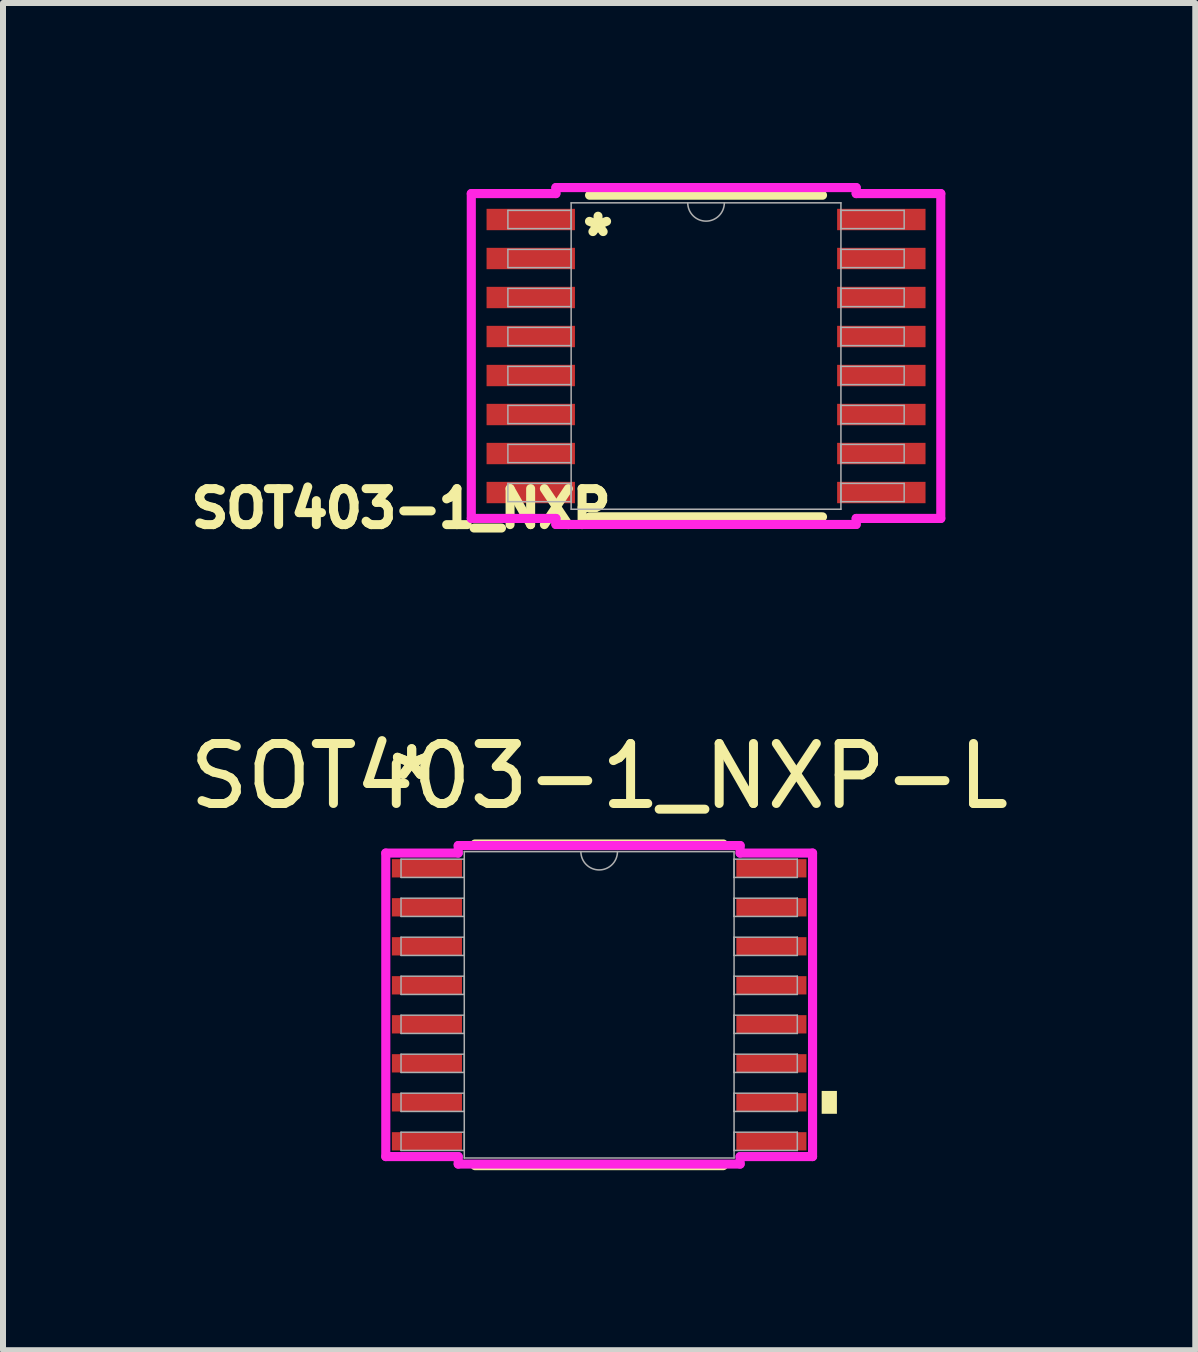
<source format=kicad_pcb>
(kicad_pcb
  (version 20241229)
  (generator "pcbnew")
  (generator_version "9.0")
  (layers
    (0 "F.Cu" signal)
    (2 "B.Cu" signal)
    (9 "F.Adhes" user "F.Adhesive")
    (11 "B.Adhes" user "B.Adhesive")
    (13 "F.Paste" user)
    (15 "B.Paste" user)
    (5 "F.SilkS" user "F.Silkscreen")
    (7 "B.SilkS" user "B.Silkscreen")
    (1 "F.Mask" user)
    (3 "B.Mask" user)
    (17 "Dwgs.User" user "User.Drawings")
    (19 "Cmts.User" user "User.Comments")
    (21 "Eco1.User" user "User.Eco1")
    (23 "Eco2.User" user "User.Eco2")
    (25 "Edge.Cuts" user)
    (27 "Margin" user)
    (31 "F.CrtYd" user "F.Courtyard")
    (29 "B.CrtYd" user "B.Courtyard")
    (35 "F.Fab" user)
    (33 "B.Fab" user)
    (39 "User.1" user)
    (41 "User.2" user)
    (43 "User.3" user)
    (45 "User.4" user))
  (footprint "SOT403-1_NXP"
    (layer "F.Cu")
    (at 8.716 2.883)
    (property "Reference" "SOT403-1_NXP" (at -5.08 2.54 0) (unlocked yes) (layer "F.SilkS") (effects (font (size 0.6 0.6) (thickness 0.15))))
    (attr smd)
    (fp_line (start -1.941 2.68) (end 1.941 2.68) (stroke (width 0.152) (type solid)) (layer "F.SilkS"))
    (fp_line (start 1.941 -2.68) (end -1.941 -2.68) (stroke (width 0.152) (type solid)) (layer "F.SilkS"))
    (fp_line (start -3.912 -2.707) (end -2.502 -2.707) (stroke (width 0.152) (type solid)) (layer "F.CrtYd"))
    (fp_line (start -3.912 2.707) (end -3.912 -2.707) (stroke (width 0.152) (type solid)) (layer "F.CrtYd"))
    (fp_line (start -3.912 2.707) (end -2.502 2.707) (stroke (width 0.152) (type solid)) (layer "F.CrtYd"))
    (fp_line (start -2.502 -2.807) (end 2.502 -2.807) (stroke (width 0.152) (type solid)) (layer "F.CrtYd"))
    (fp_line (start -2.502 -2.707) (end -2.502 -2.807) (stroke (width 0.152) (type solid)) (layer "F.CrtYd"))
    (fp_line (start -2.502 2.807) (end -2.502 2.707) (stroke (width 0.152) (type solid)) (layer "F.CrtYd"))
    (fp_line (start 2.502 -2.807) (end 2.502 -2.707) (stroke (width 0.152) (type solid)) (layer "F.CrtYd"))
    (fp_line (start 2.502 2.707) (end 2.502 2.807) (stroke (width 0.152) (type solid)) (layer "F.CrtYd"))
    (fp_line (start 2.502 2.807) (end -2.502 2.807) (stroke (width 0.152) (type solid)) (layer "F.CrtYd"))
    (fp_line (start 3.912 -2.707) (end 2.502 -2.707) (stroke (width 0.152) (type solid)) (layer "F.CrtYd"))
    (fp_line (start 3.912 -2.707) (end 3.912 2.707) (stroke (width 0.152) (type solid)) (layer "F.CrtYd"))
    (fp_line (start 3.912 2.707) (end 2.502 2.707) (stroke (width 0.152) (type solid)) (layer "F.CrtYd"))
    (fp_line (start -3.302 -2.427) (end -3.302 -2.123) (stroke (width 0.025) (type solid)) (layer "F.Fab"))
    (fp_line (start -3.302 -2.123) (end -2.248 -2.123) (stroke (width 0.025) (type solid)) (layer "F.Fab"))
    (fp_line (start -3.302 -1.777) (end -3.302 -1.473) (stroke (width 0.025) (type solid)) (layer "F.Fab"))
    (fp_line (start -3.302 -1.473) (end -2.248 -1.473) (stroke (width 0.025) (type solid)) (layer "F.Fab"))
    (fp_line (start -3.302 -1.127) (end -3.302 -0.823) (stroke (width 0.025) (type solid)) (layer "F.Fab"))
    (fp_line (start -3.302 -0.823) (end -2.248 -0.823) (stroke (width 0.025) (type solid)) (layer "F.Fab"))
    (fp_line (start -3.302 -0.477) (end -3.302 -0.173) (stroke (width 0.025) (type solid)) (layer "F.Fab"))
    (fp_line (start -3.302 -0.173) (end -2.248 -0.173) (stroke (width 0.025) (type solid)) (layer "F.Fab"))
    (fp_line (start -3.302 0.173) (end -3.302 0.477) (stroke (width 0.025) (type solid)) (layer "F.Fab"))
    (fp_line (start -3.302 0.477) (end -2.248 0.477) (stroke (width 0.025) (type solid)) (layer "F.Fab"))
    (fp_line (start -3.302 0.823) (end -3.302 1.127) (stroke (width 0.025) (type solid)) (layer "F.Fab"))
    (fp_line (start -3.302 1.127) (end -2.248 1.127) (stroke (width 0.025) (type solid)) (layer "F.Fab"))
    (fp_line (start -3.302 1.473) (end -3.302 1.777) (stroke (width 0.025) (type solid)) (layer "F.Fab"))
    (fp_line (start -3.302 1.777) (end -2.248 1.777) (stroke (width 0.025) (type solid)) (layer "F.Fab"))
    (fp_line (start -3.302 2.123) (end -3.302 2.427) (stroke (width 0.025) (type solid)) (layer "F.Fab"))
    (fp_line (start -3.302 2.427) (end -2.248 2.427) (stroke (width 0.025) (type solid)) (layer "F.Fab"))
    (fp_line (start -2.248 -2.553) (end -2.248 2.553) (stroke (width 0.025) (type solid)) (layer "F.Fab"))
    (fp_line (start -2.248 -2.427) (end -3.302 -2.427) (stroke (width 0.025) (type solid)) (layer "F.Fab"))
    (fp_line (start -2.248 -2.123) (end -2.248 -2.427) (stroke (width 0.025) (type solid)) (layer "F.Fab"))
    (fp_line (start -2.248 -1.777) (end -3.302 -1.777) (stroke (width 0.025) (type solid)) (layer "F.Fab"))
    (fp_line (start -2.248 -1.473) (end -2.248 -1.777) (stroke (width 0.025) (type solid)) (layer "F.Fab"))
    (fp_line (start -2.248 -1.127) (end -3.302 -1.127) (stroke (width 0.025) (type solid)) (layer "F.Fab"))
    (fp_line (start -2.248 -0.823) (end -2.248 -1.127) (stroke (width 0.025) (type solid)) (layer "F.Fab"))
    (fp_line (start -2.248 -0.477) (end -3.302 -0.477) (stroke (width 0.025) (type solid)) (layer "F.Fab"))
    (fp_line (start -2.248 -0.173) (end -2.248 -0.477) (stroke (width 0.025) (type solid)) (layer "F.Fab"))
    (fp_line (start -2.248 0.173) (end -3.302 0.173) (stroke (width 0.025) (type solid)) (layer "F.Fab"))
    (fp_line (start -2.248 0.477) (end -2.248 0.173) (stroke (width 0.025) (type solid)) (layer "F.Fab"))
    (fp_line (start -2.248 0.823) (end -3.302 0.823) (stroke (width 0.025) (type solid)) (layer "F.Fab"))
    (fp_line (start -2.248 1.127) (end -2.248 0.823) (stroke (width 0.025) (type solid)) (layer "F.Fab"))
    (fp_line (start -2.248 1.473) (end -3.302 1.473) (stroke (width 0.025) (type solid)) (layer "F.Fab"))
    (fp_line (start -2.248 1.777) (end -2.248 1.473) (stroke (width 0.025) (type solid)) (layer "F.Fab"))
    (fp_line (start -2.248 2.123) (end -3.302 2.123) (stroke (width 0.025) (type solid)) (layer "F.Fab"))
    (fp_line (start -2.248 2.427) (end -2.248 2.123) (stroke (width 0.025) (type solid)) (layer "F.Fab"))
    (fp_line (start -2.248 2.553) (end 2.248 2.553) (stroke (width 0.025) (type solid)) (layer "F.Fab"))
    (fp_line (start 2.248 -2.553) (end -2.248 -2.553) (stroke (width 0.025) (type solid)) (layer "F.Fab"))
    (fp_line (start 2.248 -2.427) (end 2.248 -2.123) (stroke (width 0.025) (type solid)) (layer "F.Fab"))
    (fp_line (start 2.248 -2.123) (end 3.302 -2.123) (stroke (width 0.025) (type solid)) (layer "F.Fab"))
    (fp_line (start 2.248 -1.777) (end 2.248 -1.473) (stroke (width 0.025) (type solid)) (layer "F.Fab"))
    (fp_line (start 2.248 -1.473) (end 3.302 -1.473) (stroke (width 0.025) (type solid)) (layer "F.Fab"))
    (fp_line (start 2.248 -1.127) (end 2.248 -0.823) (stroke (width 0.025) (type solid)) (layer "F.Fab"))
    (fp_line (start 2.248 -0.823) (end 3.302 -0.823) (stroke (width 0.025) (type solid)) (layer "F.Fab"))
    (fp_line (start 2.248 -0.477) (end 2.248 -0.173) (stroke (width 0.025) (type solid)) (layer "F.Fab"))
    (fp_line (start 2.248 -0.173) (end 3.302 -0.173) (stroke (width 0.025) (type solid)) (layer "F.Fab"))
    (fp_line (start 2.248 0.173) (end 2.248 0.477) (stroke (width 0.025) (type solid)) (layer "F.Fab"))
    (fp_line (start 2.248 0.477) (end 3.302 0.477) (stroke (width 0.025) (type solid)) (layer "F.Fab"))
    (fp_line (start 2.248 0.823) (end 2.248 1.127) (stroke (width 0.025) (type solid)) (layer "F.Fab"))
    (fp_line (start 2.248 1.127) (end 3.302 1.127) (stroke (width 0.025) (type solid)) (layer "F.Fab"))
    (fp_line (start 2.248 1.473) (end 2.248 1.777) (stroke (width 0.025) (type solid)) (layer "F.Fab"))
    (fp_line (start 2.248 1.777) (end 3.302 1.777) (stroke (width 0.025) (type solid)) (layer "F.Fab"))
    (fp_line (start 2.248 2.123) (end 2.248 2.427) (stroke (width 0.025) (type solid)) (layer "F.Fab"))
    (fp_line (start 2.248 2.427) (end 3.302 2.427) (stroke (width 0.025) (type solid)) (layer "F.Fab"))
    (fp_line (start 2.248 2.553) (end 2.248 -2.553) (stroke (width 0.025) (type solid)) (layer "F.Fab"))
    (fp_line (start 3.302 -2.427) (end 2.248 -2.427) (stroke (width 0.025) (type solid)) (layer "F.Fab"))
    (fp_line (start 3.302 -2.123) (end 3.302 -2.427) (stroke (width 0.025) (type solid)) (layer "F.Fab"))
    (fp_line (start 3.302 -1.777) (end 2.248 -1.777) (stroke (width 0.025) (type solid)) (layer "F.Fab"))
    (fp_line (start 3.302 -1.473) (end 3.302 -1.777) (stroke (width 0.025) (type solid)) (layer "F.Fab"))
    (fp_line (start 3.302 -1.127) (end 2.248 -1.127) (stroke (width 0.025) (type solid)) (layer "F.Fab"))
    (fp_line (start 3.302 -0.823) (end 3.302 -1.127) (stroke (width 0.025) (type solid)) (layer "F.Fab"))
    (fp_line (start 3.302 -0.477) (end 2.248 -0.477) (stroke (width 0.025) (type solid)) (layer "F.Fab"))
    (fp_line (start 3.302 -0.173) (end 3.302 -0.477) (stroke (width 0.025) (type solid)) (layer "F.Fab"))
    (fp_line (start 3.302 0.173) (end 2.248 0.173) (stroke (width 0.025) (type solid)) (layer "F.Fab"))
    (fp_line (start 3.302 0.477) (end 3.302 0.173) (stroke (width 0.025) (type solid)) (layer "F.Fab"))
    (fp_line (start 3.302 0.823) (end 2.248 0.823) (stroke (width 0.025) (type solid)) (layer "F.Fab"))
    (fp_line (start 3.302 1.127) (end 3.302 0.823) (stroke (width 0.025) (type solid)) (layer "F.Fab"))
    (fp_line (start 3.302 1.473) (end 2.248 1.473) (stroke (width 0.025) (type solid)) (layer "F.Fab"))
    (fp_line (start 3.302 1.777) (end 3.302 1.473) (stroke (width 0.025) (type solid)) (layer "F.Fab"))
    (fp_line (start 3.302 2.123) (end 2.248 2.123) (stroke (width 0.025) (type solid)) (layer "F.Fab"))
    (fp_line (start 3.302 2.427) (end 3.302 2.123) (stroke (width 0.025) (type solid)) (layer "F.Fab"))
    (fp_arc (start 0.3048 -2.5527) (mid 0 -2.2479) (end -0.3048 -2.5527) (stroke (width 0.0254) (type solid)) (layer "F.Fab"))
    (fp_text user "*" (at -1.8 -2 0) (layer "F.SilkS") (effects (font (size 0.6 0.6) (thickness 0.15))))
    (pad "1" smd rect (at -2.921 -2.275) (size 1.473 0.356) (layers "F.Cu" "F.Mask" "F.Paste"))
    (pad "2" smd rect (at -2.921 -1.625) (size 1.473 0.356) (layers "F.Cu" "F.Mask" "F.Paste"))
    (pad "3" smd rect (at -2.921 -0.975) (size 1.473 0.356) (layers "F.Cu" "F.Mask" "F.Paste"))
    (pad "4" smd rect (at -2.921 -0.325) (size 1.473 0.356) (layers "F.Cu" "F.Mask" "F.Paste"))
    (pad "5" smd rect (at -2.921 0.325) (size 1.473 0.356) (layers "F.Cu" "F.Mask" "F.Paste"))
    (pad "6" smd rect (at -2.921 0.975) (size 1.473 0.356) (layers "F.Cu" "F.Mask" "F.Paste"))
    (pad "7" smd rect (at -2.921 1.625) (size 1.473 0.356) (layers "F.Cu" "F.Mask" "F.Paste"))
    (pad "8" smd rect (at -2.921 2.275) (size 1.473 0.356) (layers "F.Cu" "F.Mask" "F.Paste"))
    (pad "9" smd rect (at 2.921 2.275) (size 1.473 0.356) (layers "F.Cu" "F.Mask" "F.Paste"))
    (pad "10" smd rect (at 2.921 1.625) (size 1.473 0.356) (layers "F.Cu" "F.Mask" "F.Paste"))
    (pad "11" smd rect (at 2.921 0.975) (size 1.473 0.356) (layers "F.Cu" "F.Mask" "F.Paste"))
    (pad "12" smd rect (at 2.921 0.325) (size 1.473 0.356) (layers "F.Cu" "F.Mask" "F.Paste"))
    (pad "13" smd rect (at 2.921 -0.325) (size 1.473 0.356) (layers "F.Cu" "F.Mask" "F.Paste"))
    (pad "14" smd rect (at 2.921 -0.975) (size 1.473 0.356) (layers "F.Cu" "F.Mask" "F.Paste"))
    (pad "15" smd rect (at 2.921 -1.625) (size 1.473 0.356) (layers "F.Cu" "F.Mask" "F.Paste"))
    (pad "16" smd rect (at 2.921 -2.275) (size 1.473 0.356) (layers "F.Cu" "F.Mask" "F.Paste")))
  (footprint "SOT403-1_NXP-L"
    (layer "F.Cu")
    (at 6.935 13.695)
    (property "Reference" "SOT403-1_NXP-L" (at 0 -3.81 0) (unlocked yes) (layer "F.SilkS") (effects (font (size 1 1) (thickness 0.15))))
    (attr smd)
    (fp_line (start -2.069 2.68) (end 2.069 2.68) (stroke (width 0.152) (type solid)) (layer "F.SilkS"))
    (fp_line (start 2.069 -2.68) (end -2.069 -2.68) (stroke (width 0.152) (type solid)) (layer "F.SilkS"))
    (fp_poly (pts (xy 3.962 1.435) (xy 3.962 1.816) (xy 3.708 1.816) (xy 3.708 1.435)) (stroke (width 0) (type solid)) (fill yes) (layer "F.SilkS"))
    (fp_line (start -3.556 -2.529) (end -2.349 -2.529) (stroke (width 0.152) (type solid)) (layer "F.CrtYd"))
    (fp_line (start -3.556 2.529) (end -3.556 -2.529) (stroke (width 0.152) (type solid)) (layer "F.CrtYd"))
    (fp_line (start -3.556 2.529) (end -2.349 2.529) (stroke (width 0.152) (type solid)) (layer "F.CrtYd"))
    (fp_line (start -2.349 -2.654) (end 2.349 -2.654) (stroke (width 0.152) (type solid)) (layer "F.CrtYd"))
    (fp_line (start -2.349 -2.529) (end -2.349 -2.654) (stroke (width 0.152) (type solid)) (layer "F.CrtYd"))
    (fp_line (start -2.349 2.654) (end -2.349 2.529) (stroke (width 0.152) (type solid)) (layer "F.CrtYd"))
    (fp_line (start 2.349 -2.654) (end 2.349 -2.529) (stroke (width 0.152) (type solid)) (layer "F.CrtYd"))
    (fp_line (start 2.349 2.529) (end 2.349 2.654) (stroke (width 0.152) (type solid)) (layer "F.CrtYd"))
    (fp_line (start 2.349 2.654) (end -2.349 2.654) (stroke (width 0.152) (type solid)) (layer "F.CrtYd"))
    (fp_line (start 3.556 -2.529) (end 2.349 -2.529) (stroke (width 0.152) (type solid)) (layer "F.CrtYd"))
    (fp_line (start 3.556 -2.529) (end 3.556 2.529) (stroke (width 0.152) (type solid)) (layer "F.CrtYd"))
    (fp_line (start 3.556 2.529) (end 2.349 2.529) (stroke (width 0.152) (type solid)) (layer "F.CrtYd"))
    (fp_line (start -3.302 -2.427) (end -3.302 -2.123) (stroke (width 0.025) (type solid)) (layer "F.Fab"))
    (fp_line (start -3.302 -2.123) (end -2.248 -2.123) (stroke (width 0.025) (type solid)) (layer "F.Fab"))
    (fp_line (start -3.302 -1.777) (end -3.302 -1.473) (stroke (width 0.025) (type solid)) (layer "F.Fab"))
    (fp_line (start -3.302 -1.473) (end -2.248 -1.473) (stroke (width 0.025) (type solid)) (layer "F.Fab"))
    (fp_line (start -3.302 -1.127) (end -3.302 -0.823) (stroke (width 0.025) (type solid)) (layer "F.Fab"))
    (fp_line (start -3.302 -0.823) (end -2.248 -0.823) (stroke (width 0.025) (type solid)) (layer "F.Fab"))
    (fp_line (start -3.302 -0.477) (end -3.302 -0.173) (stroke (width 0.025) (type solid)) (layer "F.Fab"))
    (fp_line (start -3.302 -0.173) (end -2.248 -0.173) (stroke (width 0.025) (type solid)) (layer "F.Fab"))
    (fp_line (start -3.302 0.173) (end -3.302 0.477) (stroke (width 0.025) (type solid)) (layer "F.Fab"))
    (fp_line (start -3.302 0.477) (end -2.248 0.477) (stroke (width 0.025) (type solid)) (layer "F.Fab"))
    (fp_line (start -3.302 0.823) (end -3.302 1.127) (stroke (width 0.025) (type solid)) (layer "F.Fab"))
    (fp_line (start -3.302 1.127) (end -2.248 1.127) (stroke (width 0.025) (type solid)) (layer "F.Fab"))
    (fp_line (start -3.302 1.473) (end -3.302 1.777) (stroke (width 0.025) (type solid)) (layer "F.Fab"))
    (fp_line (start -3.302 1.777) (end -2.248 1.777) (stroke (width 0.025) (type solid)) (layer "F.Fab"))
    (fp_line (start -3.302 2.123) (end -3.302 2.427) (stroke (width 0.025) (type solid)) (layer "F.Fab"))
    (fp_line (start -3.302 2.427) (end -2.248 2.427) (stroke (width 0.025) (type solid)) (layer "F.Fab"))
    (fp_line (start -2.248 -2.553) (end -2.248 2.553) (stroke (width 0.025) (type solid)) (layer "F.Fab"))
    (fp_line (start -2.248 -2.427) (end -3.302 -2.427) (stroke (width 0.025) (type solid)) (layer "F.Fab"))
    (fp_line (start -2.248 -2.123) (end -2.248 -2.427) (stroke (width 0.025) (type solid)) (layer "F.Fab"))
    (fp_line (start -2.248 -1.777) (end -3.302 -1.777) (stroke (width 0.025) (type solid)) (layer "F.Fab"))
    (fp_line (start -2.248 -1.473) (end -2.248 -1.777) (stroke (width 0.025) (type solid)) (layer "F.Fab"))
    (fp_line (start -2.248 -1.127) (end -3.302 -1.127) (stroke (width 0.025) (type solid)) (layer "F.Fab"))
    (fp_line (start -2.248 -0.823) (end -2.248 -1.127) (stroke (width 0.025) (type solid)) (layer "F.Fab"))
    (fp_line (start -2.248 -0.477) (end -3.302 -0.477) (stroke (width 0.025) (type solid)) (layer "F.Fab"))
    (fp_line (start -2.248 -0.173) (end -2.248 -0.477) (stroke (width 0.025) (type solid)) (layer "F.Fab"))
    (fp_line (start -2.248 0.173) (end -3.302 0.173) (stroke (width 0.025) (type solid)) (layer "F.Fab"))
    (fp_line (start -2.248 0.477) (end -2.248 0.173) (stroke (width 0.025) (type solid)) (layer "F.Fab"))
    (fp_line (start -2.248 0.823) (end -3.302 0.823) (stroke (width 0.025) (type solid)) (layer "F.Fab"))
    (fp_line (start -2.248 1.127) (end -2.248 0.823) (stroke (width 0.025) (type solid)) (layer "F.Fab"))
    (fp_line (start -2.248 1.473) (end -3.302 1.473) (stroke (width 0.025) (type solid)) (layer "F.Fab"))
    (fp_line (start -2.248 1.777) (end -2.248 1.473) (stroke (width 0.025) (type solid)) (layer "F.Fab"))
    (fp_line (start -2.248 2.123) (end -3.302 2.123) (stroke (width 0.025) (type solid)) (layer "F.Fab"))
    (fp_line (start -2.248 2.427) (end -2.248 2.123) (stroke (width 0.025) (type solid)) (layer "F.Fab"))
    (fp_line (start -2.248 2.553) (end 2.248 2.553) (stroke (width 0.025) (type solid)) (layer "F.Fab"))
    (fp_line (start 2.248 -2.553) (end -2.248 -2.553) (stroke (width 0.025) (type solid)) (layer "F.Fab"))
    (fp_line (start 2.248 -2.427) (end 2.248 -2.123) (stroke (width 0.025) (type solid)) (layer "F.Fab"))
    (fp_line (start 2.248 -2.123) (end 3.302 -2.123) (stroke (width 0.025) (type solid)) (layer "F.Fab"))
    (fp_line (start 2.248 -1.777) (end 2.248 -1.473) (stroke (width 0.025) (type solid)) (layer "F.Fab"))
    (fp_line (start 2.248 -1.473) (end 3.302 -1.473) (stroke (width 0.025) (type solid)) (layer "F.Fab"))
    (fp_line (start 2.248 -1.127) (end 2.248 -0.823) (stroke (width 0.025) (type solid)) (layer "F.Fab"))
    (fp_line (start 2.248 -0.823) (end 3.302 -0.823) (stroke (width 0.025) (type solid)) (layer "F.Fab"))
    (fp_line (start 2.248 -0.477) (end 2.248 -0.173) (stroke (width 0.025) (type solid)) (layer "F.Fab"))
    (fp_line (start 2.248 -0.173) (end 3.302 -0.173) (stroke (width 0.025) (type solid)) (layer "F.Fab"))
    (fp_line (start 2.248 0.173) (end 2.248 0.477) (stroke (width 0.025) (type solid)) (layer "F.Fab"))
    (fp_line (start 2.248 0.477) (end 3.302 0.477) (stroke (width 0.025) (type solid)) (layer "F.Fab"))
    (fp_line (start 2.248 0.823) (end 2.248 1.127) (stroke (width 0.025) (type solid)) (layer "F.Fab"))
    (fp_line (start 2.248 1.127) (end 3.302 1.127) (stroke (width 0.025) (type solid)) (layer "F.Fab"))
    (fp_line (start 2.248 1.473) (end 2.248 1.777) (stroke (width 0.025) (type solid)) (layer "F.Fab"))
    (fp_line (start 2.248 1.777) (end 3.302 1.777) (stroke (width 0.025) (type solid)) (layer "F.Fab"))
    (fp_line (start 2.248 2.123) (end 2.248 2.427) (stroke (width 0.025) (type solid)) (layer "F.Fab"))
    (fp_line (start 2.248 2.427) (end 3.302 2.427) (stroke (width 0.025) (type solid)) (layer "F.Fab"))
    (fp_line (start 2.248 2.553) (end 2.248 -2.553) (stroke (width 0.025) (type solid)) (layer "F.Fab"))
    (fp_line (start 3.302 -2.427) (end 2.248 -2.427) (stroke (width 0.025) (type solid)) (layer "F.Fab"))
    (fp_line (start 3.302 -2.123) (end 3.302 -2.427) (stroke (width 0.025) (type solid)) (layer "F.Fab"))
    (fp_line (start 3.302 -1.777) (end 2.248 -1.777) (stroke (width 0.025) (type solid)) (layer "F.Fab"))
    (fp_line (start 3.302 -1.473) (end 3.302 -1.777) (stroke (width 0.025) (type solid)) (layer "F.Fab"))
    (fp_line (start 3.302 -1.127) (end 2.248 -1.127) (stroke (width 0.025) (type solid)) (layer "F.Fab"))
    (fp_line (start 3.302 -0.823) (end 3.302 -1.127) (stroke (width 0.025) (type solid)) (layer "F.Fab"))
    (fp_line (start 3.302 -0.477) (end 2.248 -0.477) (stroke (width 0.025) (type solid)) (layer "F.Fab"))
    (fp_line (start 3.302 -0.173) (end 3.302 -0.477) (stroke (width 0.025) (type solid)) (layer "F.Fab"))
    (fp_line (start 3.302 0.173) (end 2.248 0.173) (stroke (width 0.025) (type solid)) (layer "F.Fab"))
    (fp_line (start 3.302 0.477) (end 3.302 0.173) (stroke (width 0.025) (type solid)) (layer "F.Fab"))
    (fp_line (start 3.302 0.823) (end 2.248 0.823) (stroke (width 0.025) (type solid)) (layer "F.Fab"))
    (fp_line (start 3.302 1.127) (end 3.302 0.823) (stroke (width 0.025) (type solid)) (layer "F.Fab"))
    (fp_line (start 3.302 1.473) (end 2.248 1.473) (stroke (width 0.025) (type solid)) (layer "F.Fab"))
    (fp_line (start 3.302 1.777) (end 3.302 1.473) (stroke (width 0.025) (type solid)) (layer "F.Fab"))
    (fp_line (start 3.302 2.123) (end 2.248 2.123) (stroke (width 0.025) (type solid)) (layer "F.Fab"))
    (fp_line (start 3.302 2.427) (end 3.302 2.123) (stroke (width 0.025) (type solid)) (layer "F.Fab"))
    (fp_arc (start 0.3048 -2.5527) (mid 0 -2.2479) (end -0.3048 -2.5527) (stroke (width 0.0254) (type solid)) (layer "F.Fab"))
    (fp_text user "*" (at -3.124 -3.723 0) (layer "F.SilkS") (effects (font (size 1 1) (thickness 0.15))))
    (fp_text user "*" (at -3.124 -3.723 0) (unlocked yes) (layer "F.SilkS") (effects (font (size 1 1) (thickness 0.15))))
    (pad "1" smd rect (at -2.87 -2.275) (size 1.168 0.305) (layers "F.Cu" "F.Mask" "F.Paste"))
    (pad "2" smd rect (at -2.87 -1.625) (size 1.168 0.305) (layers "F.Cu" "F.Mask" "F.Paste"))
    (pad "3" smd rect (at -2.87 -0.975) (size 1.168 0.305) (layers "F.Cu" "F.Mask" "F.Paste"))
    (pad "4" smd rect (at -2.87 -0.325) (size 1.168 0.305) (layers "F.Cu" "F.Mask" "F.Paste"))
    (pad "5" smd rect (at -2.87 0.325) (size 1.168 0.305) (layers "F.Cu" "F.Mask" "F.Paste"))
    (pad "6" smd rect (at -2.87 0.975) (size 1.168 0.305) (layers "F.Cu" "F.Mask" "F.Paste"))
    (pad "7" smd rect (at -2.87 1.625) (size 1.168 0.305) (layers "F.Cu" "F.Mask" "F.Paste"))
    (pad "8" smd rect (at -2.87 2.275) (size 1.168 0.305) (layers "F.Cu" "F.Mask" "F.Paste"))
    (pad "9" smd rect (at 2.87 2.275) (size 1.168 0.305) (layers "F.Cu" "F.Mask" "F.Paste"))
    (pad "10" smd rect (at 2.87 1.625) (size 1.168 0.305) (layers "F.Cu" "F.Mask" "F.Paste"))
    (pad "11" smd rect (at 2.87 0.975) (size 1.168 0.305) (layers "F.Cu" "F.Mask" "F.Paste"))
    (pad "12" smd rect (at 2.87 0.325) (size 1.168 0.305) (layers "F.Cu" "F.Mask" "F.Paste"))
    (pad "13" smd rect (at 2.87 -0.325) (size 1.168 0.305) (layers "F.Cu" "F.Mask" "F.Paste"))
    (pad "14" smd rect (at 2.87 -0.975) (size 1.168 0.305) (layers "F.Cu" "F.Mask" "F.Paste"))
    (pad "15" smd rect (at 2.87 -1.625) (size 1.168 0.305) (layers "F.Cu" "F.Mask" "F.Paste"))
    (pad "16" smd rect (at 2.87 -2.275) (size 1.168 0.305) (layers "F.Cu" "F.Mask" "F.Paste")))
  (gr_rect
    (start -3 -3)
    (end 16.869 19.451)
    (stroke (width 0.1) (type default))
    (fill no)
    (layer "Edge.Cuts")))
</source>
